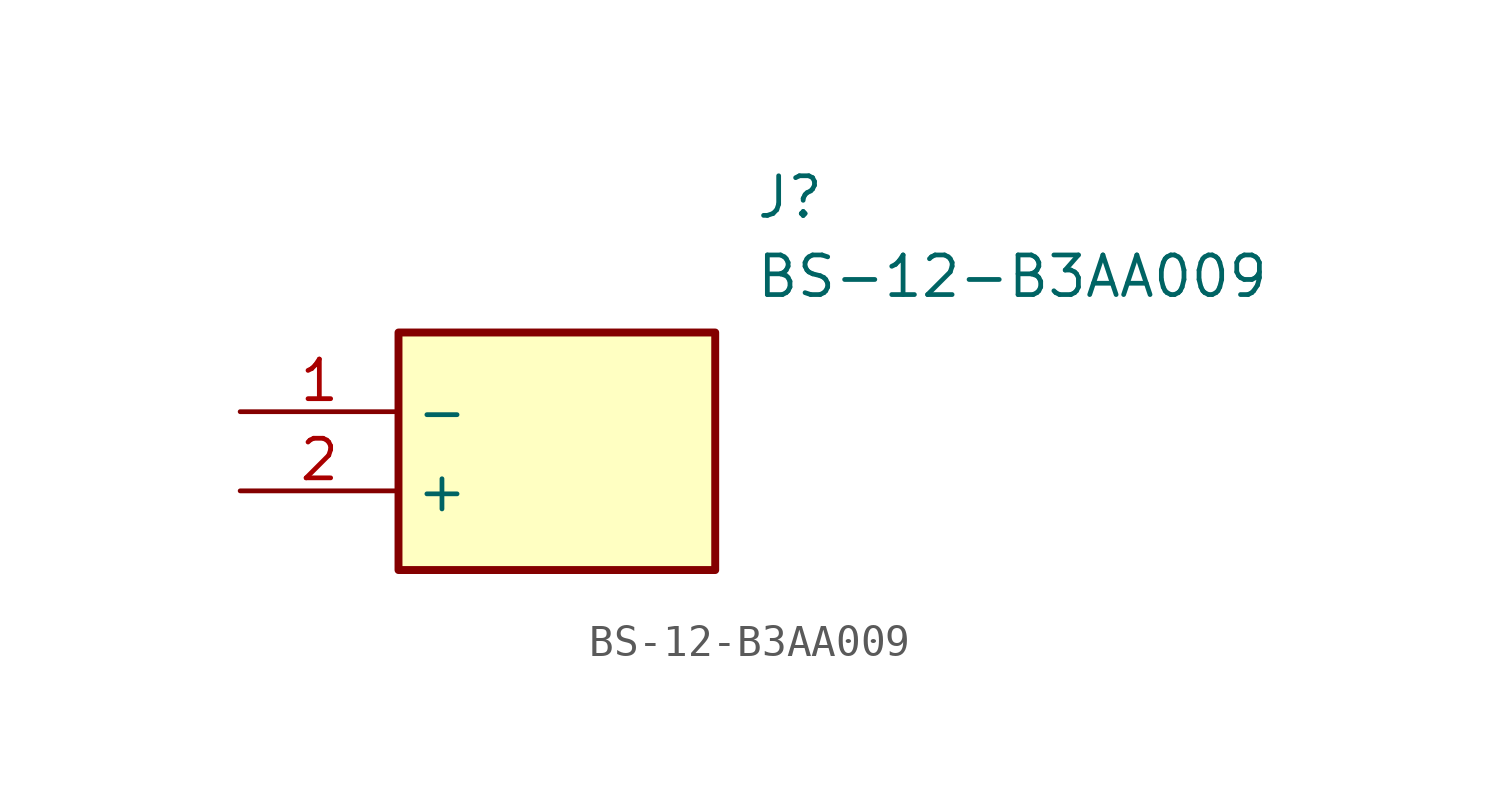
<source format=kicad_sym>
(kicad_symbol_lib
  (version 20211014)
  (generator SamacSys_ECAD_Model)
  (symbol "BS-12-B3AA009"
    (property "Reference" "J"
      (at 16.51 7.62 0)
      (effects (font (size 1.27 1.27)) (justify left top)))
    (property "Value" "BS-12-B3AA009"
      (at 16.51 5.08 0)
      (effects (font (size 1.27 1.27)) (justify left top)))
    (rectangle
      (start 5.08 2.54)
      (end 15.24 -5.08)
      (stroke (width 0.254) (type default))
      (fill (type background)))
    (pin passive line
      (at 0 0 0)
      (length 5.08)
      (name "-" (effects (font (size 1.27 1.27))))
      (number "1" (effects (font (size 1.27 1.27)))))
    (pin passive line
      (at 0 -2.54 0)
      (length 5.08)
      (name "+" (effects (font (size 1.27 1.27))))
      (number "2" (effects (font (size 1.27 1.27)))))))
</source>
